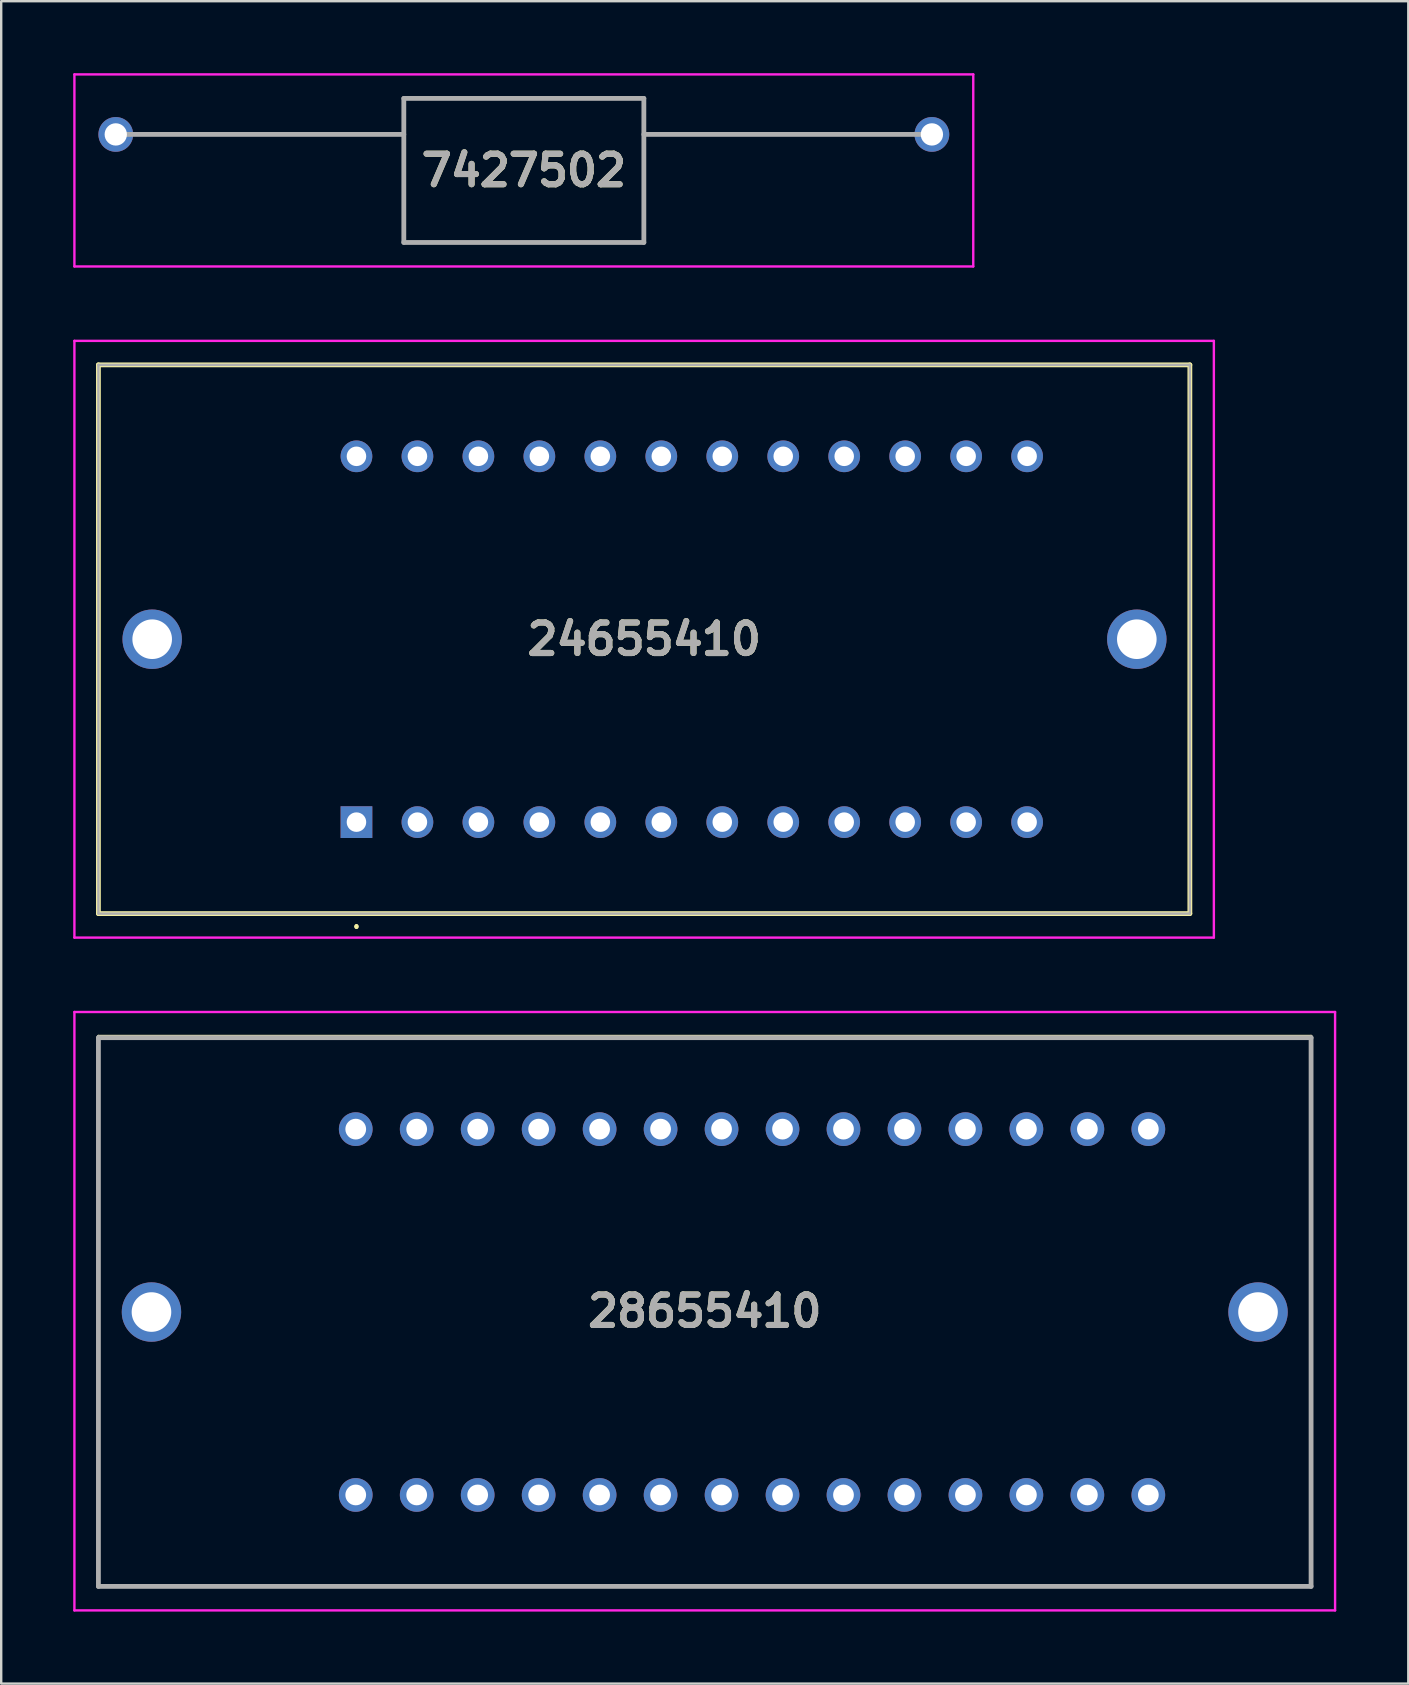
<source format=kicad_pcb>
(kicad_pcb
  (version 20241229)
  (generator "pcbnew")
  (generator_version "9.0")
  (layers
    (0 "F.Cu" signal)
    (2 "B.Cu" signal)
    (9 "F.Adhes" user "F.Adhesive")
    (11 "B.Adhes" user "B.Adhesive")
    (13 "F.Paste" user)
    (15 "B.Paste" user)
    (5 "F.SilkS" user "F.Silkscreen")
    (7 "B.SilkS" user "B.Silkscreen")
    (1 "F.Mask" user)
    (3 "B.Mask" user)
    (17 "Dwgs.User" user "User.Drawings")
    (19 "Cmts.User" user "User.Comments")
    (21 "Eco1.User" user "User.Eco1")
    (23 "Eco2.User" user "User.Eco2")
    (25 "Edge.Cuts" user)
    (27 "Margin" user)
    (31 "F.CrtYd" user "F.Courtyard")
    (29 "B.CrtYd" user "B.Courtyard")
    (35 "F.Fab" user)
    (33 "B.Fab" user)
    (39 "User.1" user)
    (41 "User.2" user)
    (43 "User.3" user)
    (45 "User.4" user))
  (footprint "24655410"
    (layer "F.Cu")
    (at 11.8 31.2)
    (property "Reference" "24655410" (at 11.985 -7.62 0) (layer "F.SilkS") (effects (font (size 1.27 1.27) (thickness 0.254))))
    (attr through_hole)
    (fp_line (start -10.75 -19.05) (end 34.72 -19.05) (stroke (width 0.2) (type solid)) (layer "F.SilkS"))
    (fp_line (start -10.75 3.81) (end -10.75 -19.05) (stroke (width 0.2) (type solid)) (layer "F.SilkS"))
    (fp_line (start 0 4.3) (end 0 4.3) (stroke (width 0.1) (type solid)) (layer "F.SilkS"))
    (fp_line (start 0 4.4) (end 0 4.4) (stroke (width 0.1) (type solid)) (layer "F.SilkS"))
    (fp_line (start 34.72 -19.05) (end 34.72 3.81) (stroke (width 0.2) (type solid)) (layer "F.SilkS"))
    (fp_line (start 34.72 3.81) (end -10.75 3.81) (stroke (width 0.2) (type solid)) (layer "F.SilkS"))
    (fp_arc (start 0 4.3) (mid 0.05 4.35) (end 0 4.4) (stroke (width 0.1) (type solid)) (layer "F.SilkS"))
    (fp_arc (start 0 4.4) (mid -0.05 4.35) (end 0 4.3) (stroke (width 0.1) (type solid)) (layer "F.SilkS"))
    (fp_line (start -11.75 -20.05) (end 35.72 -20.05) (stroke (width 0.1) (type solid)) (layer "F.CrtYd"))
    (fp_line (start -11.75 4.81) (end -11.75 -20.05) (stroke (width 0.1) (type solid)) (layer "F.CrtYd"))
    (fp_line (start 35.72 -20.05) (end 35.72 4.81) (stroke (width 0.1) (type solid)) (layer "F.CrtYd"))
    (fp_line (start 35.72 4.81) (end -11.75 4.81) (stroke (width 0.1) (type solid)) (layer "F.CrtYd"))
    (fp_line (start -10.75 -19.05) (end 34.72 -19.05) (stroke (width 0.1) (type solid)) (layer "F.Fab"))
    (fp_line (start -10.75 3.81) (end -10.75 -19.05) (stroke (width 0.1) (type solid)) (layer "F.Fab"))
    (fp_line (start 34.72 -19.05) (end 34.72 3.81) (stroke (width 0.1) (type solid)) (layer "F.Fab"))
    (fp_line (start 34.72 3.81) (end -10.75 3.81) (stroke (width 0.1) (type solid)) (layer "F.Fab"))
    (fp_text user "${REFERENCE}" (at 11.985 -7.62 0) (layer "F.Fab") (effects (font (size 1.27 1.27) (thickness 0.254))))
    (pad "1" thru_hole rect (at 0 0) (size 1.321 1.321) (drill 0.813) (layers "*.Cu" "*.Mask"))
    (pad "2" thru_hole circle (at 2.54 0) (size 1.321 1.321) (drill 0.813) (layers "*.Cu" "*.Mask"))
    (pad "3" thru_hole circle (at 5.08 0) (size 1.321 1.321) (drill 0.813) (layers "*.Cu" "*.Mask"))
    (pad "4" thru_hole circle (at 7.62 0) (size 1.321 1.321) (drill 0.813) (layers "*.Cu" "*.Mask"))
    (pad "5" thru_hole circle (at 10.16 0) (size 1.321 1.321) (drill 0.813) (layers "*.Cu" "*.Mask"))
    (pad "6" thru_hole circle (at 12.7 0) (size 1.321 1.321) (drill 0.813) (layers "*.Cu" "*.Mask"))
    (pad "7" thru_hole circle (at 15.24 0) (size 1.321 1.321) (drill 0.813) (layers "*.Cu" "*.Mask"))
    (pad "8" thru_hole circle (at 17.78 0) (size 1.321 1.321) (drill 0.813) (layers "*.Cu" "*.Mask"))
    (pad "9" thru_hole circle (at 20.32 0) (size 1.321 1.321) (drill 0.813) (layers "*.Cu" "*.Mask"))
    (pad "10" thru_hole circle (at 22.86 0) (size 1.321 1.321) (drill 0.813) (layers "*.Cu" "*.Mask"))
    (pad "11" thru_hole circle (at 25.4 0) (size 1.321 1.321) (drill 0.813) (layers "*.Cu" "*.Mask"))
    (pad "12" thru_hole circle (at 27.94 0) (size 1.321 1.321) (drill 0.813) (layers "*.Cu" "*.Mask"))
    (pad "13" thru_hole circle (at 27.94 -15.24) (size 1.321 1.321) (drill 0.813) (layers "*.Cu" "*.Mask"))
    (pad "14" thru_hole circle (at 25.4 -15.24) (size 1.321 1.321) (drill 0.813) (layers "*.Cu" "*.Mask"))
    (pad "15" thru_hole circle (at 22.86 -15.24) (size 1.321 1.321) (drill 0.813) (layers "*.Cu" "*.Mask"))
    (pad "16" thru_hole circle (at 20.32 -15.24) (size 1.321 1.321) (drill 0.813) (layers "*.Cu" "*.Mask"))
    (pad "17" thru_hole circle (at 17.78 -15.24) (size 1.321 1.321) (drill 0.813) (layers "*.Cu" "*.Mask"))
    (pad "18" thru_hole circle (at 15.24 -15.24) (size 1.321 1.321) (drill 0.813) (layers "*.Cu" "*.Mask"))
    (pad "19" thru_hole circle (at 12.7 -15.24) (size 1.321 1.321) (drill 0.813) (layers "*.Cu" "*.Mask"))
    (pad "20" thru_hole circle (at 10.16 -15.24) (size 1.321 1.321) (drill 0.813) (layers "*.Cu" "*.Mask"))
    (pad "21" thru_hole circle (at 7.62 -15.24) (size 1.321 1.321) (drill 0.813) (layers "*.Cu" "*.Mask"))
    (pad "22" thru_hole circle (at 5.08 -15.24) (size 1.321 1.321) (drill 0.813) (layers "*.Cu" "*.Mask"))
    (pad "23" thru_hole circle (at 2.54 -15.24) (size 1.321 1.321) (drill 0.813) (layers "*.Cu" "*.Mask"))
    (pad "24" thru_hole circle (at 0 -15.24) (size 1.321 1.321) (drill 0.813) (layers "*.Cu" "*.Mask"))
    (pad "MH1" thru_hole circle (at -8.51 -7.62) (size 2.475 2.475) (drill 1.65) (layers "*.Cu" "*.Mask"))
    (pad "MH2" thru_hole circle (at 32.51 -7.62) (size 2.475 2.475) (drill 1.65) (layers "*.Cu" "*.Mask")))
  (footprint "28655410"
    (layer "F.Cu")
    (at 11.77 59.23)
    (property "Reference" "28655410" (at 14.54 -7.655 0) (layer "F.SilkS") (effects (font (size 1.27 1.27) (thickness 0.254))))
    (attr through_hole)
    (fp_line (start -10.72 -19.12) (end 39.8 -19.12) (stroke (width 0.1) (type solid)) (layer "F.SilkS"))
    (fp_line (start -10.72 3.81) (end -10.72 -19.12) (stroke (width 0.1) (type solid)) (layer "F.SilkS"))
    (fp_line (start 39.8 -19.12) (end 39.8 3.81) (stroke (width 0.1) (type solid)) (layer "F.SilkS"))
    (fp_line (start 39.8 3.81) (end -10.72 3.81) (stroke (width 0.1) (type solid)) (layer "F.SilkS"))
    (fp_line (start -11.72 -20.12) (end 40.8 -20.12) (stroke (width 0.1) (type solid)) (layer "F.CrtYd"))
    (fp_line (start -11.72 4.81) (end -11.72 -20.12) (stroke (width 0.1) (type solid)) (layer "F.CrtYd"))
    (fp_line (start 40.8 -20.12) (end 40.8 4.81) (stroke (width 0.1) (type solid)) (layer "F.CrtYd"))
    (fp_line (start 40.8 4.81) (end -11.72 4.81) (stroke (width 0.1) (type solid)) (layer "F.CrtYd"))
    (fp_line (start -10.72 -19.05) (end 39.8 -19.05) (stroke (width 0.2) (type solid)) (layer "F.Fab"))
    (fp_line (start -10.72 3.81) (end -10.72 -19.05) (stroke (width 0.2) (type solid)) (layer "F.Fab"))
    (fp_line (start 39.8 -19.05) (end 39.8 3.81) (stroke (width 0.2) (type solid)) (layer "F.Fab"))
    (fp_line (start 39.8 3.81) (end -10.72 3.81) (stroke (width 0.2) (type solid)) (layer "F.Fab"))
    (fp_text user "${REFERENCE}" (at 14.54 -7.655 0) (layer "F.Fab") (effects (font (size 1.27 1.27) (thickness 0.254))))
    (pad "1" thru_hole circle (at 0 0) (size 1.404 1.404) (drill 0.864) (layers "*.Cu" "*.Mask"))
    (pad "2" thru_hole circle (at 2.54 0) (size 1.404 1.404) (drill 0.864) (layers "*.Cu" "*.Mask"))
    (pad "3" thru_hole circle (at 5.08 0) (size 1.404 1.404) (drill 0.864) (layers "*.Cu" "*.Mask"))
    (pad "4" thru_hole circle (at 7.62 0) (size 1.404 1.404) (drill 0.864) (layers "*.Cu" "*.Mask"))
    (pad "5" thru_hole circle (at 10.16 0) (size 1.404 1.404) (drill 0.864) (layers "*.Cu" "*.Mask"))
    (pad "6" thru_hole circle (at 12.7 0) (size 1.404 1.404) (drill 0.864) (layers "*.Cu" "*.Mask"))
    (pad "7" thru_hole circle (at 15.24 0) (size 1.404 1.404) (drill 0.864) (layers "*.Cu" "*.Mask"))
    (pad "8" thru_hole circle (at 17.78 0) (size 1.404 1.404) (drill 0.864) (layers "*.Cu" "*.Mask"))
    (pad "9" thru_hole circle (at 20.32 0) (size 1.404 1.404) (drill 0.864) (layers "*.Cu" "*.Mask"))
    (pad "10" thru_hole circle (at 22.86 0) (size 1.404 1.404) (drill 0.864) (layers "*.Cu" "*.Mask"))
    (pad "11" thru_hole circle (at 25.4 0) (size 1.404 1.404) (drill 0.864) (layers "*.Cu" "*.Mask"))
    (pad "12" thru_hole circle (at 27.94 0) (size 1.404 1.404) (drill 0.864) (layers "*.Cu" "*.Mask"))
    (pad "13" thru_hole circle (at 30.48 0) (size 1.404 1.404) (drill 0.864) (layers "*.Cu" "*.Mask"))
    (pad "14" thru_hole circle (at 33.02 0) (size 1.404 1.404) (drill 0.864) (layers "*.Cu" "*.Mask"))
    (pad "15" thru_hole circle (at 33.02 -15.24) (size 1.404 1.404) (drill 0.864) (layers "*.Cu" "*.Mask"))
    (pad "16" thru_hole circle (at 30.48 -15.24) (size 1.404 1.404) (drill 0.864) (layers "*.Cu" "*.Mask"))
    (pad "17" thru_hole circle (at 27.94 -15.24) (size 1.404 1.404) (drill 0.864) (layers "*.Cu" "*.Mask"))
    (pad "18" thru_hole circle (at 25.4 -15.24) (size 1.404 1.404) (drill 0.864) (layers "*.Cu" "*.Mask"))
    (pad "19" thru_hole circle (at 22.86 -15.24) (size 1.404 1.404) (drill 0.864) (layers "*.Cu" "*.Mask"))
    (pad "20" thru_hole circle (at 20.32 -15.24) (size 1.404 1.404) (drill 0.864) (layers "*.Cu" "*.Mask"))
    (pad "21" thru_hole circle (at 17.78 -15.24) (size 1.404 1.404) (drill 0.864) (layers "*.Cu" "*.Mask"))
    (pad "22" thru_hole circle (at 15.24 -15.24) (size 1.404 1.404) (drill 0.864) (layers "*.Cu" "*.Mask"))
    (pad "23" thru_hole circle (at 12.7 -15.24) (size 1.404 1.404) (drill 0.864) (layers "*.Cu" "*.Mask"))
    (pad "24" thru_hole circle (at 10.16 -15.24) (size 1.404 1.404) (drill 0.864) (layers "*.Cu" "*.Mask"))
    (pad "25" thru_hole circle (at 7.62 -15.24) (size 1.404 1.404) (drill 0.864) (layers "*.Cu" "*.Mask"))
    (pad "26" thru_hole circle (at 5.08 -15.24) (size 1.404 1.404) (drill 0.864) (layers "*.Cu" "*.Mask"))
    (pad "27" thru_hole circle (at 2.54 -15.24) (size 1.404 1.404) (drill 0.864) (layers "*.Cu" "*.Mask"))
    (pad "28" thru_hole circle (at 0 -15.24) (size 1.404 1.404) (drill 0.864) (layers "*.Cu" "*.Mask"))
    (pad "MH1" thru_hole circle (at -8.51 -7.62) (size 2.475 2.475) (drill 1.65) (layers "*.Cu" "*.Mask"))
    (pad "MH2" thru_hole circle (at 37.59 -7.62) (size 2.475 2.475) (drill 1.65) (layers "*.Cu" "*.Mask")))
  (footprint "7427502"
    (layer "F.Cu")
    (at 1.773 2.55)
    (property "Reference" "7427502" (at 17 1.5 0) (layer "F.SilkS") (effects (font (size 1.27 1.27) (thickness 0.254))))
    (attr through_hole)
    (fp_line (start 12 -1.5) (end 22 -1.5) (stroke (width 0.1) (type solid)) (layer "F.SilkS"))
    (fp_line (start 12 4.5) (end 12 -1.5) (stroke (width 0.1) (type solid)) (layer "F.SilkS"))
    (fp_line (start 22 -1.5) (end 22 4.5) (stroke (width 0.1) (type solid)) (layer "F.SilkS"))
    (fp_line (start 22 4.5) (end 12 4.5) (stroke (width 0.1) (type solid)) (layer "F.SilkS"))
    (fp_line (start -1.723 -2.5) (end 35.723 -2.5) (stroke (width 0.1) (type solid)) (layer "F.CrtYd"))
    (fp_line (start -1.723 5.5) (end -1.723 -2.5) (stroke (width 0.1) (type solid)) (layer "F.CrtYd"))
    (fp_line (start 35.723 -2.5) (end 35.723 5.5) (stroke (width 0.1) (type solid)) (layer "F.CrtYd"))
    (fp_line (start 35.723 5.5) (end -1.723 5.5) (stroke (width 0.1) (type solid)) (layer "F.CrtYd"))
    (fp_line (start 12 -1.5) (end 22 -1.5) (stroke (width 0.2) (type solid)) (layer "F.Fab"))
    (fp_line (start 12 0) (end 0 0) (stroke (width 0.2) (type solid)) (layer "F.Fab"))
    (fp_line (start 12 4.5) (end 12 -1.5) (stroke (width 0.2) (type solid)) (layer "F.Fab"))
    (fp_line (start 22 -1.5) (end 22 4.5) (stroke (width 0.2) (type solid)) (layer "F.Fab"))
    (fp_line (start 22 0) (end 34 0) (stroke (width 0.2) (type solid)) (layer "F.Fab"))
    (fp_line (start 22 4.5) (end 12 4.5) (stroke (width 0.2) (type solid)) (layer "F.Fab"))
    (fp_text user "${REFERENCE}" (at 17 1.5 0) (layer "F.Fab") (effects (font (size 1.27 1.27) (thickness 0.254))))
    (pad "1" thru_hole circle (at 0 0) (size 1.447 1.447) (drill 0.93) (layers "*.Cu" "*.Mask"))
    (pad "2" thru_hole circle (at 34 0) (size 1.447 1.447) (drill 0.93) (layers "*.Cu" "*.Mask")))
  (gr_rect
    (start -3 -3)
    (end 55.62 67.09)
    (stroke (width 0.1) (type default))
    (fill no)
    (layer "Edge.Cuts")))
</source>
